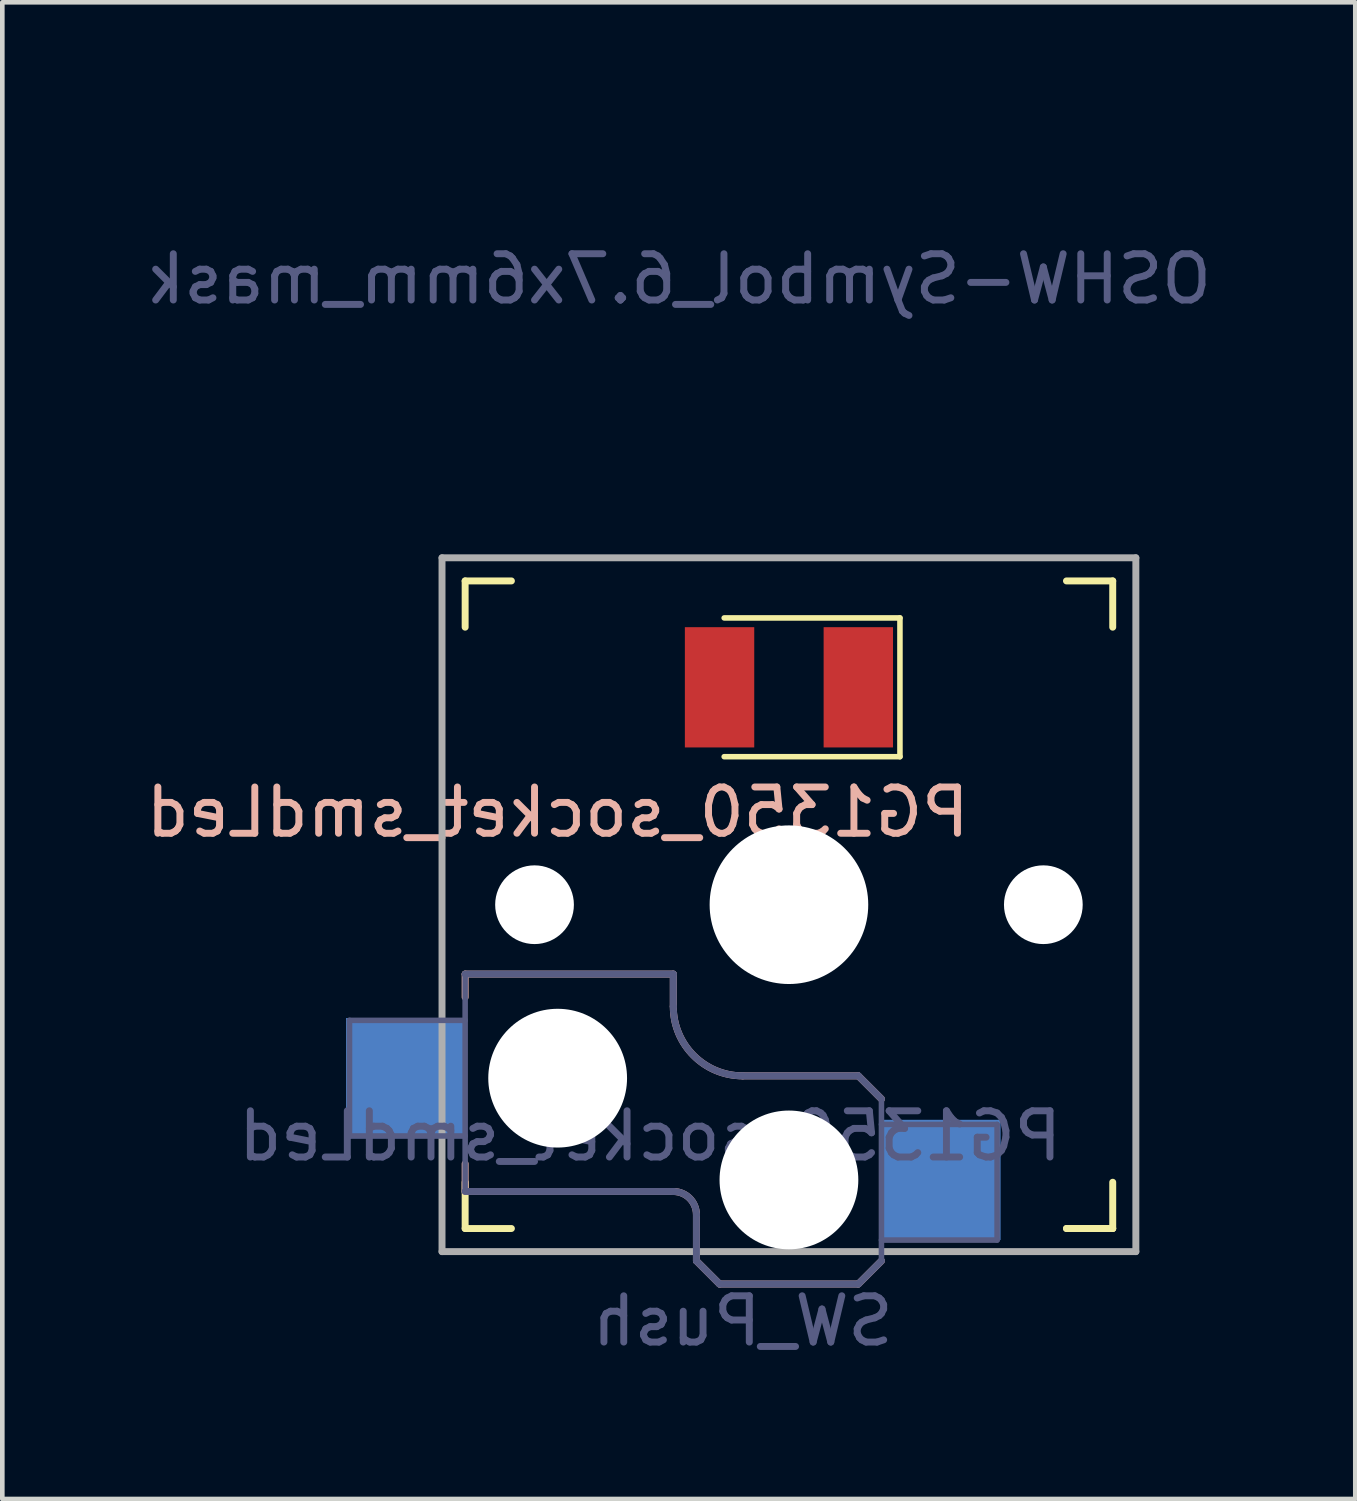
<source format=kicad_pcb>
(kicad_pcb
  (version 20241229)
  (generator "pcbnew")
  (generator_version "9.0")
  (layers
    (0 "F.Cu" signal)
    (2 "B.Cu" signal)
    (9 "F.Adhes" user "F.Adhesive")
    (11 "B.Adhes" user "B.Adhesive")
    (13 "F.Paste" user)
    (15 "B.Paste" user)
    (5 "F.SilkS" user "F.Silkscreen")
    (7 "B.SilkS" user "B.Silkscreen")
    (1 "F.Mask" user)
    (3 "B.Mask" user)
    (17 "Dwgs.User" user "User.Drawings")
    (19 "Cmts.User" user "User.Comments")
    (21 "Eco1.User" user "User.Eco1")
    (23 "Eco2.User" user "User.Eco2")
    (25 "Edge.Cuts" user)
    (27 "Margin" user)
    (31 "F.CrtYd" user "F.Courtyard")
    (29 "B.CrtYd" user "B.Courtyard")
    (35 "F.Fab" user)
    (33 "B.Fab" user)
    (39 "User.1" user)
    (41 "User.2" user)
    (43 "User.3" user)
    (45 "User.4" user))
  (footprint "PG1350_socket_smdLed"
    (layer "F.Cu")
    (at 14.006 16.509)
    (property "Reference" "PG1350_socket_smdLed" (at -5 -2 0) (layer "B.SilkS") (effects (font (size 1 1) (thickness 0.15)) (justify mirror)))
    (property "Value" "SW_Push" (at 0 8.255 0) (layer "F.Fab") (hide yes) (effects (font (size 1 1) (thickness 0.15))))
    (attr smd)
    (fp_line (start -7 -6) (end -7 -7) (stroke (width 0.15) (type solid)) (layer "F.SilkS"))
    (fp_line (start -7 7) (end -7 6) (stroke (width 0.15) (type solid)) (layer "F.SilkS"))
    (fp_line (start -7 7) (end -6 7) (stroke (width 0.15) (type solid)) (layer "F.SilkS"))
    (fp_line (start -6 -7) (end -7 -7) (stroke (width 0.15) (type solid)) (layer "F.SilkS"))
    (fp_line (start -1.4 -6.2) (end 2.4 -6.2) (stroke (width 0.12) (type solid)) (layer "F.SilkS"))
    (fp_line (start 2.4 -6.2) (end 2.4 -3.2) (stroke (width 0.12) (type solid)) (layer "F.SilkS"))
    (fp_line (start 2.4 -3.2) (end -1.4 -3.2) (stroke (width 0.12) (type solid)) (layer "F.SilkS"))
    (fp_line (start 6 7) (end 7 7) (stroke (width 0.15) (type solid)) (layer "F.SilkS"))
    (fp_line (start 7 -7) (end 6 -7) (stroke (width 0.15) (type solid)) (layer "F.SilkS"))
    (fp_line (start 7 -7) (end 7 -6) (stroke (width 0.15) (type solid)) (layer "F.SilkS"))
    (fp_line (start 7 6) (end 7 7) (stroke (width 0.15) (type solid)) (layer "F.SilkS"))
    (fp_line (start 7 7) (end 6 7) (stroke (width 0.15) (type solid)) (layer "F.SilkS"))
    (fp_line (start -7 1.5) (end -7 2) (stroke (width 0.15) (type solid)) (layer "B.SilkS"))
    (fp_line (start -7 5.6) (end -7 6.2) (stroke (width 0.15) (type solid)) (layer "B.SilkS"))
    (fp_line (start -7 6.2) (end -2.5 6.2) (stroke (width 0.15) (type solid)) (layer "B.SilkS"))
    (fp_line (start -2.5 1.5) (end -7 1.5) (stroke (width 0.15) (type solid)) (layer "B.SilkS"))
    (fp_line (start -2.5 2.2) (end -2.5 1.5) (stroke (width 0.15) (type solid)) (layer "B.SilkS"))
    (fp_line (start -2 6.7) (end -2 7.7) (stroke (width 0.15) (type solid)) (layer "B.SilkS"))
    (fp_line (start -1.5 8.2) (end -2 7.7) (stroke (width 0.15) (type solid)) (layer "B.SilkS"))
    (fp_line (start 1.5 3.7) (end -1 3.7) (stroke (width 0.15) (type solid)) (layer "B.SilkS"))
    (fp_line (start 1.5 8.2) (end -1.5 8.2) (stroke (width 0.15) (type solid)) (layer "B.SilkS"))
    (fp_line (start 2 4.2) (end 1.5 3.7) (stroke (width 0.15) (type solid)) (layer "B.SilkS"))
    (fp_line (start 2 7.7) (end 1.5 8.2) (stroke (width 0.15) (type solid)) (layer "B.SilkS"))
    (fp_arc (start -2.5 6.2) (mid -2.146447 6.346447) (end -2 6.7) (stroke (width 0.15) (type solid)) (layer "B.SilkS"))
    (fp_arc (start -1 3.7) (mid -2.06066 3.26066) (end -2.5 2.2) (stroke (width 0.15) (type solid)) (layer "B.SilkS"))
    (fp_line (start -6.9 6.9) (end -6.9 -6.9) (stroke (width 0.15) (type solid)) (layer "Eco2.User"))
    (fp_line (start -6.9 6.9) (end 6.9 6.9) (stroke (width 0.15) (type solid)) (layer "Eco2.User"))
    (fp_line (start -2.6 -3.1) (end -2.6 -6.3) (stroke (width 0.15) (type solid)) (layer "Eco2.User"))
    (fp_line (start -2.6 -3.1) (end 2.6 -3.1) (stroke (width 0.15) (type solid)) (layer "Eco2.User"))
    (fp_line (start 2.6 -6.3) (end -2.6 -6.3) (stroke (width 0.15) (type solid)) (layer "Eco2.User"))
    (fp_line (start 2.6 -3.1) (end 2.6 -6.3) (stroke (width 0.15) (type solid)) (layer "Eco2.User"))
    (fp_line (start 6.9 -6.9) (end -6.9 -6.9) (stroke (width 0.15) (type solid)) (layer "Eco2.User"))
    (fp_line (start 6.9 -6.9) (end 6.9 6.9) (stroke (width 0.15) (type solid)) (layer "Eco2.User"))
    (fp_line (start -9.5 2.5) (end -7 2.5) (stroke (width 0.12) (type solid)) (layer "B.Fab"))
    (fp_line (start -9.5 5) (end -9.5 2.5) (stroke (width 0.12) (type solid)) (layer "B.Fab"))
    (fp_line (start -7 1.5) (end -7 6.2) (stroke (width 0.12) (type solid)) (layer "B.Fab"))
    (fp_line (start -7 5) (end -9.5 5) (stroke (width 0.12) (type solid)) (layer "B.Fab"))
    (fp_line (start -7 6.2) (end -2.5 6.2) (stroke (width 0.15) (type solid)) (layer "B.Fab"))
    (fp_line (start -2.5 1.5) (end -7 1.5) (stroke (width 0.15) (type solid)) (layer "B.Fab"))
    (fp_line (start -2.5 2.2) (end -2.5 1.5) (stroke (width 0.15) (type solid)) (layer "B.Fab"))
    (fp_line (start -2 6.7) (end -2 7.7) (stroke (width 0.15) (type solid)) (layer "B.Fab"))
    (fp_line (start -1.5 8.2) (end -2 7.7) (stroke (width 0.15) (type solid)) (layer "B.Fab"))
    (fp_line (start 1.5 3.7) (end -1 3.7) (stroke (width 0.15) (type solid)) (layer "B.Fab"))
    (fp_line (start 1.5 8.2) (end -1.5 8.2) (stroke (width 0.15) (type solid)) (layer "B.Fab"))
    (fp_line (start 2 4.2) (end 1.5 3.7) (stroke (width 0.15) (type solid)) (layer "B.Fab"))
    (fp_line (start 2 4.25) (end 2 7.7) (stroke (width 0.12) (type solid)) (layer "B.Fab"))
    (fp_line (start 2 4.75) (end 4.5 4.75) (stroke (width 0.12) (type solid)) (layer "B.Fab"))
    (fp_line (start 2 7.7) (end 1.5 8.2) (stroke (width 0.15) (type solid)) (layer "B.Fab"))
    (fp_line (start 4.5 4.75) (end 4.5 7.25) (stroke (width 0.12) (type solid)) (layer "B.Fab"))
    (fp_line (start 4.5 7.25) (end 2 7.25) (stroke (width 0.12) (type solid)) (layer "B.Fab"))
    (fp_arc (start -2.5 6.2) (mid -2.146447 6.346447) (end -2 6.7) (stroke (width 0.15) (type solid)) (layer "B.Fab"))
    (fp_arc (start -1 3.7) (mid -2.06066 3.26066) (end -2.5 2.2) (stroke (width 0.15) (type solid)) (layer "B.Fab"))
    (fp_line (start -7.5 -7.5) (end 7.5 -7.5) (stroke (width 0.15) (type solid)) (layer "F.Fab"))
    (fp_line (start -7.5 7.5) (end -7.5 -7.5) (stroke (width 0.15) (type solid)) (layer "F.Fab"))
    (fp_line (start 7.5 -7.5) (end 7.5 7.5) (stroke (width 0.15) (type solid)) (layer "F.Fab"))
    (fp_line (start 7.5 7.5) (end -7.5 7.5) (stroke (width 0.15) (type solid)) (layer "F.Fab"))
    (fp_text user "${VALUE}" (at -1 9 0) (layer "B.Fab") (effects (font (size 1 1) (thickness 0.15)) (justify mirror)))
    (fp_text user "${REFERENCE}" (at -3 5 0) (layer "B.Fab") (effects (font (size 1 1) (thickness 0.15)) (justify mirror)))
    (pad "" np_thru_hole circle (at -5.5 0) (size 1.702 1.702) (drill 1.702) (layers "*.Cu" "*.Mask"))
    (pad "" np_thru_hole circle (at -5 3.75) (size 3 3) (drill 3) (layers "*.Cu" "*.Mask"))
    (pad "" np_thru_hole circle (at 0 0) (size 3.429 3.429) (drill 3.429) (layers "*.Cu" "*.Mask"))
    (pad "" np_thru_hole circle (at 0 5.95) (size 3 3) (drill 3) (layers "*.Cu" "*.Mask"))
    (pad "" np_thru_hole circle (at 5.5 0) (size 1.702 1.702) (drill 1.702) (layers "*.Cu" "*.Mask"))
    (pad "1" smd rect (at 3.275 5.95) (size 2.6 2.6) (layers "B.Cu" "B.Mask" "B.Paste"))
    (pad "2" smd rect (at -8.275 3.75) (size 2.6 2.6) (layers "B.Cu" "B.Mask" "B.Paste"))
    (pad "3" smd rect (at 1.5 -4.7) (size 1.5 2.6) (layers "F.Cu" "F.Mask" "F.Paste"))
    (pad "4" smd rect (at -1.5 -4.7 180) (size 1.5 2.6) (layers "F.Cu" "F.Mask" "F.Paste")))
  (footprint "OSHW-Symbol_6.7x6mm_mask"
    (layer "F.Cu")
    (at 11.625 2.981)
    (property "Reference" "OSHW-Symbol_6.7x6mm_mask" (at 0 0 180) (layer "B.Fab") (effects (font (size 1 1) (thickness 0.15)) (justify mirror)))
    (attr exclude_from_pos_files exclude_from_bom)
    (fp_poly (pts (xy 0.556 -2.531) (xy 0.64 -2.086) (xy 0.949 -1.959) (xy 1.258 -1.831) (xy 1.629 -2.084) (xy 1.733 -2.154) (xy 1.827 -2.217) (xy 1.907 -2.269) (xy 1.967 -2.308) (xy 2.005 -2.331) (xy 2.015 -2.336) (xy 2.034 -2.323) (xy 2.073 -2.288) (xy 2.13 -2.235) (xy 2.198 -2.168) (xy 2.274 -2.093) (xy 2.353 -2.013) (xy 2.431 -1.932) (xy 2.504 -1.857) (xy 2.567 -1.79) (xy 2.615 -1.737) (xy 2.644 -1.702) (xy 2.651 -1.69) (xy 2.641 -1.669) (xy 2.613 -1.621) (xy 2.569 -1.553) (xy 2.513 -1.468) (xy 2.448 -1.371) (xy 2.41 -1.316) (xy 2.341 -1.215) (xy 2.28 -1.124) (xy 2.23 -1.047) (xy 2.193 -0.989) (xy 2.172 -0.955) (xy 2.169 -0.948) (xy 2.176 -0.927) (xy 2.195 -0.879) (xy 2.223 -0.811) (xy 2.257 -0.729) (xy 2.295 -0.64) (xy 2.333 -0.55) (xy 2.369 -0.467) (xy 2.4 -0.396) (xy 2.423 -0.346) (xy 2.435 -0.322) (xy 2.436 -0.321) (xy 2.455 -0.316) (xy 2.505 -0.306) (xy 2.581 -0.291) (xy 2.678 -0.272) (xy 2.791 -0.251) (xy 2.856 -0.239) (xy 2.977 -0.216) (xy 3.086 -0.194) (xy 3.177 -0.174) (xy 3.246 -0.158) (xy 3.287 -0.147) (xy 3.296 -0.143) (xy 3.304 -0.119) (xy 3.31 -0.064) (xy 3.315 0.015) (xy 3.318 0.112) (xy 3.32 0.22) (xy 3.321 0.333) (xy 3.319 0.445) (xy 3.317 0.549) (xy 3.312 0.638) (xy 3.307 0.707) (xy 3.299 0.748) (xy 3.295 0.757) (xy 3.269 0.767) (xy 3.213 0.782) (xy 3.136 0.799) (xy 3.044 0.818) (xy 3.012 0.824) (xy 2.858 0.852) (xy 2.735 0.875) (xy 2.642 0.893) (xy 2.572 0.908) (xy 2.523 0.919) (xy 2.491 0.929) (xy 2.471 0.938) (xy 2.459 0.947) (xy 2.457 0.948) (xy 2.44 0.976) (xy 2.415 1.031) (xy 2.383 1.105) (xy 2.347 1.192) (xy 2.311 1.286) (xy 2.275 1.379) (xy 2.244 1.466) (xy 2.219 1.539) (xy 2.203 1.592) (xy 2.199 1.618) (xy 2.2 1.619) (xy 2.214 1.64) (xy 2.245 1.687) (xy 2.291 1.755) (xy 2.349 1.838) (xy 2.413 1.933) (xy 2.432 1.96) (xy 2.498 2.057) (xy 2.556 2.146) (xy 2.603 2.221) (xy 2.635 2.278) (xy 2.651 2.311) (xy 2.651 2.315) (xy 2.638 2.336) (xy 2.603 2.377) (xy 2.549 2.435) (xy 2.482 2.505) (xy 2.406 2.582) (xy 2.326 2.662) (xy 2.245 2.74) (xy 2.17 2.811) (xy 2.103 2.872) (xy 2.051 2.918) (xy 2.017 2.944) (xy 2.008 2.948) (xy 1.986 2.938) (xy 1.941 2.911) (xy 1.88 2.872) (xy 1.834 2.84) (xy 1.749 2.782) (xy 1.65 2.714) (xy 1.549 2.646) (xy 1.496 2.609) (xy 1.313 2.486) (xy 1.16 2.569) (xy 1.091 2.605) (xy 1.031 2.633) (xy 0.991 2.649) (xy 0.981 2.651) (xy 0.969 2.635) (xy 0.945 2.588) (xy 0.91 2.516) (xy 0.868 2.422) (xy 0.818 2.31) (xy 0.764 2.186) (xy 0.708 2.053) (xy 0.65 1.916) (xy 0.593 1.779) (xy 0.538 1.646) (xy 0.488 1.522) (xy 0.443 1.411) (xy 0.407 1.317) (xy 0.381 1.244) (xy 0.366 1.197) (xy 0.363 1.181) (xy 0.382 1.16) (xy 0.424 1.127) (xy 0.48 1.088) (xy 0.484 1.085) (xy 0.628 0.969) (xy 0.744 0.835) (xy 0.831 0.686) (xy 0.889 0.526) (xy 0.915 0.36) (xy 0.91 0.192) (xy 0.871 0.026) (xy 0.799 -0.134) (xy 0.778 -0.169) (xy 0.667 -0.309) (xy 0.536 -0.422) (xy 0.39 -0.507) (xy 0.233 -0.563) (xy 0.069 -0.589) (xy -0.097 -0.585) (xy -0.26 -0.551) (xy -0.416 -0.485) (xy -0.56 -0.388) (xy -0.605 -0.348) (xy -0.719 -0.224) (xy -0.802 -0.094) (xy -0.859 0.052) (xy -0.89 0.197) (xy -0.898 0.36) (xy -0.872 0.523) (xy -0.815 0.682) (xy -0.729 0.831) (xy -0.617 0.964) (xy -0.482 1.075) (xy -0.464 1.087) (xy -0.408 1.126) (xy -0.365 1.159) (xy -0.345 1.18) (xy -0.344 1.181) (xy -0.349 1.204) (xy -0.366 1.256) (xy -0.395 1.333) (xy -0.433 1.431) (xy -0.478 1.545) (xy -0.53 1.672) (xy -0.585 1.806) (xy -0.643 1.943) (xy -0.7 2.08) (xy -0.757 2.211) (xy -0.81 2.333) (xy -0.858 2.441) (xy -0.899 2.532) (xy -0.932 2.599) (xy -0.954 2.64) (xy -0.963 2.651) (xy -0.99 2.643) (xy -1.04 2.62) (xy -1.106 2.588) (xy -1.142 2.569) (xy -1.295 2.486) (xy -1.477 2.609) (xy -1.57 2.672) (xy -1.672 2.742) (xy -1.767 2.807) (xy -1.815 2.84) (xy -1.882 2.885) (xy -1.939 2.921) (xy -1.979 2.943) (xy -1.991 2.948) (xy -2.01 2.935) (xy -2.051 2.9) (xy -2.11 2.847) (xy -2.185 2.778) (xy -2.269 2.698) (xy -2.323 2.646) (xy -2.416 2.554) (xy -2.497 2.472) (xy -2.562 2.403) (xy -2.608 2.351) (xy -2.631 2.319) (xy -2.633 2.312) (xy -2.623 2.287) (xy -2.594 2.237) (xy -2.551 2.167) (xy -2.496 2.082) (xy -2.432 1.986) (xy -2.413 1.96) (xy -2.347 1.863) (xy -2.287 1.776) (xy -2.238 1.704) (xy -2.202 1.65) (xy -2.183 1.622) (xy -2.181 1.619) (xy -2.184 1.596) (xy -2.199 1.545) (xy -2.223 1.474) (xy -2.253 1.389) (xy -2.288 1.296) (xy -2.325 1.202) (xy -2.361 1.113) (xy -2.393 1.038) (xy -2.419 0.981) (xy -2.437 0.95) (xy -2.438 0.948) (xy -2.449 0.94) (xy -2.468 0.931) (xy -2.498 0.921) (xy -2.543 0.91) (xy -2.608 0.896) (xy -2.697 0.879) (xy -2.813 0.857) (xy -2.962 0.83) (xy -2.994 0.824) (xy -3.089 0.805) (xy -3.172 0.787) (xy -3.235 0.772) (xy -3.271 0.76) (xy -3.276 0.757) (xy -3.284 0.732) (xy -3.291 0.677) (xy -3.296 0.597) (xy -3.3 0.5) (xy -3.302 0.392) (xy -3.302 0.279) (xy -3.301 0.167) (xy -3.298 0.064) (xy -3.294 -0.026) (xy -3.289 -0.094) (xy -3.281 -0.135) (xy -3.277 -0.143) (xy -3.253 -0.152) (xy -3.197 -0.166) (xy -3.117 -0.183) (xy -3.016 -0.204) (xy -2.901 -0.227) (xy -2.838 -0.239) (xy -2.719 -0.261) (xy -2.613 -0.281) (xy -2.524 -0.298) (xy -2.46 -0.311) (xy -2.423 -0.319) (xy -2.417 -0.321) (xy -2.407 -0.34) (xy -2.386 -0.387) (xy -2.356 -0.455) (xy -2.32 -0.537) (xy -2.282 -0.626) (xy -2.244 -0.716) (xy -2.209 -0.8) (xy -2.18 -0.871) (xy -2.16 -0.922) (xy -2.151 -0.948) (xy -2.151 -0.949) (xy -2.161 -0.968) (xy -2.189 -1.014) (xy -2.233 -1.081) (xy -2.289 -1.165) (xy -2.354 -1.261) (xy -2.392 -1.316) (xy -2.461 -1.418) (xy -2.522 -1.509) (xy -2.573 -1.587) (xy -2.61 -1.647) (xy -2.63 -1.683) (xy -2.633 -1.691) (xy -2.62 -1.709) (xy -2.585 -1.75) (xy -2.533 -1.807) (xy -2.467 -1.876) (xy -2.393 -1.953) (xy -2.314 -2.033) (xy -2.235 -2.113) (xy -2.16 -2.187) (xy -2.095 -2.25) (xy -2.043 -2.299) (xy -2.008 -2.329) (xy -1.996 -2.336) (xy -1.978 -2.326) (xy -1.933 -2.298) (xy -1.866 -2.255) (xy -1.781 -2.199) (xy -1.684 -2.133) (xy -1.611 -2.084) (xy -1.24 -1.831) (xy -0.621 -2.086) (xy -0.537 -2.531) (xy -0.453 -2.976) (xy 0.472 -2.976) (xy 0.556 -2.531)) (stroke (width 0.01) (type solid)) (fill yes) (layer "B.Mask")))
  (gr_rect
    (start -3 -3)
    (end 26.25 29.357)
    (stroke (width 0.1) (type default))
    (fill no)
    (layer "Edge.Cuts")))
</source>
